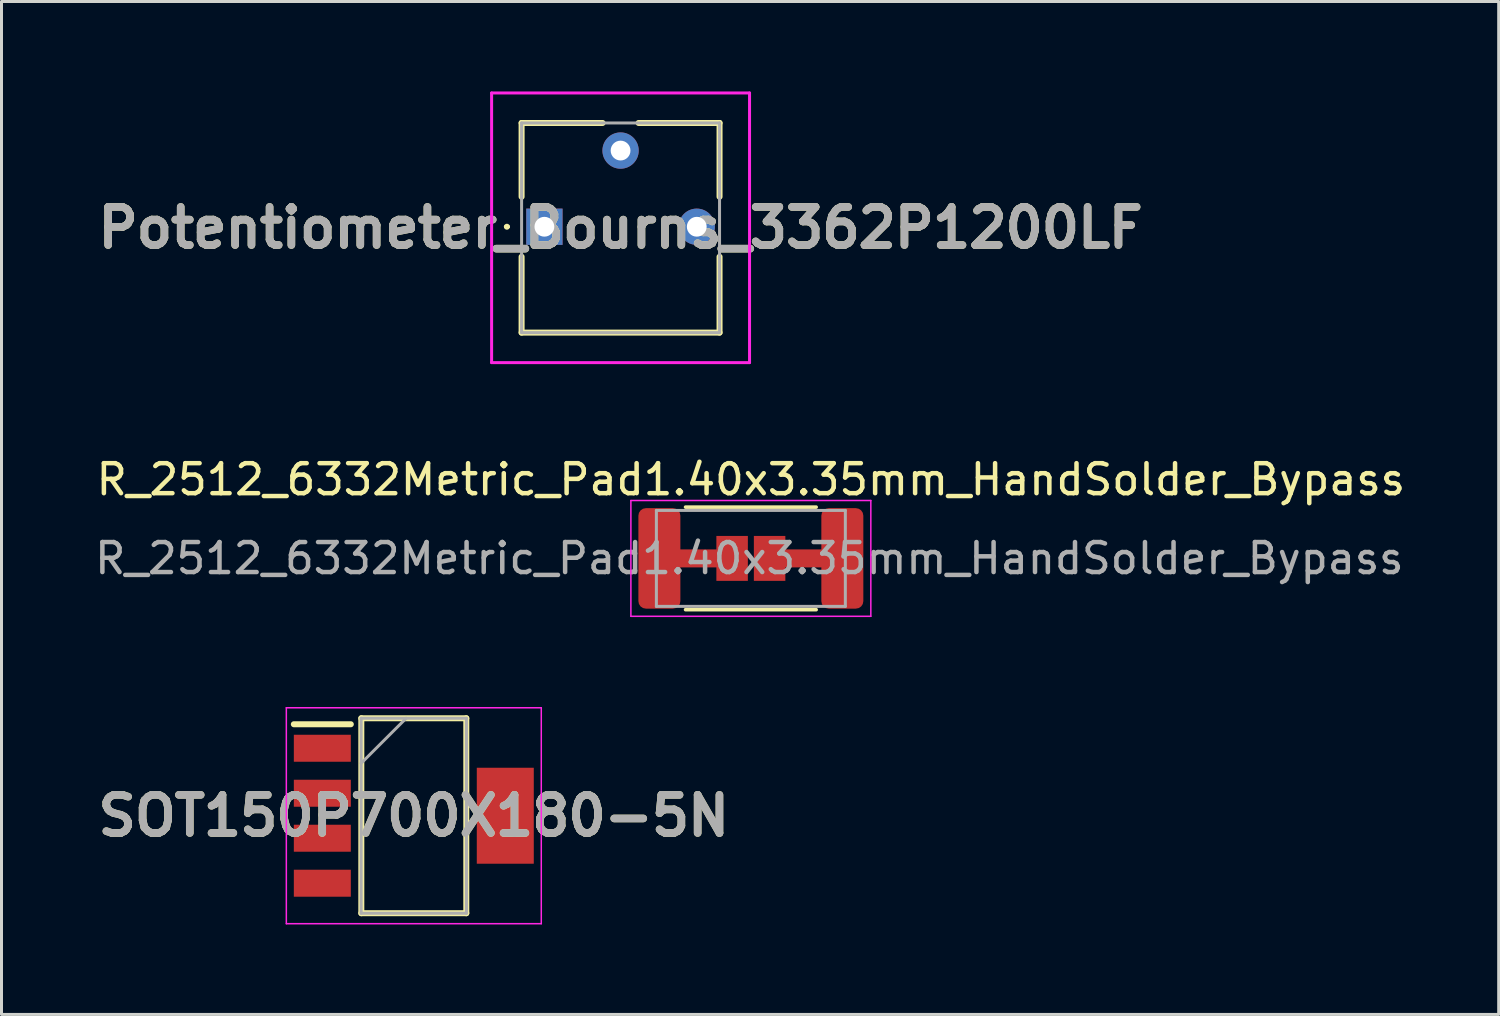
<source format=kicad_pcb>
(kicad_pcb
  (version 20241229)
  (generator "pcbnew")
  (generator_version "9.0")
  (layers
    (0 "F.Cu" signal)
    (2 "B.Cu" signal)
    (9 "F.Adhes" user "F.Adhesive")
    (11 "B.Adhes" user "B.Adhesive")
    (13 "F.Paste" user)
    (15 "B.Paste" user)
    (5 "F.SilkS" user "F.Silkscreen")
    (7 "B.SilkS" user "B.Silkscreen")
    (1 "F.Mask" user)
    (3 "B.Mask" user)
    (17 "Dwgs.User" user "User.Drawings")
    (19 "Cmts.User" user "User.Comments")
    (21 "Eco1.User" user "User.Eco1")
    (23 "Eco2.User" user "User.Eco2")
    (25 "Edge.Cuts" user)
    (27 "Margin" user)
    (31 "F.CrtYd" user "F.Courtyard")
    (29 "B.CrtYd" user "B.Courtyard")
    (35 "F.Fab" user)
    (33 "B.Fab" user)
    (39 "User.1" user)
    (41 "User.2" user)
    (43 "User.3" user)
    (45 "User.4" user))
  (footprint "Potentiometer_Bourns_3362P1200LF"
    (layer "F.Cu")
    (at 15.101 4.51)
    (property "Reference" "Potentiometer_Bourns_3362P1200LF" (at 2.54 0.035 0) (layer "F.SilkS") (effects (font (size 1.27 1.27) (thickness 0.254))))
    (attr through_hole)
    (fp_line (start -1.3 0) (end -1.3 0) (stroke (width 0.1) (type solid)) (layer "F.SilkS"))
    (fp_line (start -1.2 0) (end -1.2 0) (stroke (width 0.1) (type solid)) (layer "F.SilkS"))
    (fp_line (start -0.76 -3.46) (end 1.94 -3.46) (stroke (width 0.2) (type solid)) (layer "F.SilkS"))
    (fp_line (start -0.76 -1) (end -0.76 -3.46) (stroke (width 0.2) (type solid)) (layer "F.SilkS"))
    (fp_line (start -0.76 1) (end -0.76 3.53) (stroke (width 0.2) (type solid)) (layer "F.SilkS"))
    (fp_line (start -0.76 3.53) (end 5.84 3.53) (stroke (width 0.2) (type solid)) (layer "F.SilkS"))
    (fp_line (start 3.14 -3.46) (end 5.84 -3.46) (stroke (width 0.2) (type solid)) (layer "F.SilkS"))
    (fp_line (start 5.84 -3.46) (end 5.84 -1) (stroke (width 0.2) (type solid)) (layer "F.SilkS"))
    (fp_line (start 5.84 3.53) (end 5.84 1) (stroke (width 0.2) (type solid)) (layer "F.SilkS"))
    (fp_arc (start -1.3 0) (mid -1.25 -0.05) (end -1.2 0) (stroke (width 0.1) (type solid)) (layer "F.SilkS"))
    (fp_arc (start -1.2 0) (mid -1.25 0.05) (end -1.3 0) (stroke (width 0.1) (type solid)) (layer "F.SilkS"))
    (fp_line (start -1.76 -4.46) (end -1.76 4.53) (stroke (width 0.1) (type solid)) (layer "F.CrtYd"))
    (fp_line (start -1.76 4.53) (end 6.84 4.53) (stroke (width 0.1) (type solid)) (layer "F.CrtYd"))
    (fp_line (start 6.84 -4.46) (end -1.76 -4.46) (stroke (width 0.1) (type solid)) (layer "F.CrtYd"))
    (fp_line (start 6.84 4.53) (end 6.84 -4.46) (stroke (width 0.1) (type solid)) (layer "F.CrtYd"))
    (fp_line (start -0.76 -3.46) (end -0.76 3.53) (stroke (width 0.1) (type solid)) (layer "F.Fab"))
    (fp_line (start -0.76 3.53) (end 5.84 3.53) (stroke (width 0.1) (type solid)) (layer "F.Fab"))
    (fp_line (start 5.84 -3.46) (end -0.76 -3.46) (stroke (width 0.1) (type solid)) (layer "F.Fab"))
    (fp_line (start 5.84 3.53) (end 5.84 -3.46) (stroke (width 0.1) (type solid)) (layer "F.Fab"))
    (fp_text user "${REFERENCE}" (at 2.54 0.035 0) (layer "F.Fab") (effects (font (size 1.27 1.27) (thickness 0.254))))
    (pad "1" thru_hole rect (at 0 0) (size 1.21 1.21) (drill 0.66) (layers "*.Cu" "*.Mask"))
    (pad "2" thru_hole circle (at 2.54 -2.54) (size 1.21 1.21) (drill 0.66) (layers "*.Cu" "*.Mask"))
    (pad "3" thru_hole circle (at 5.08 0) (size 1.21 1.21) (drill 0.66) (layers "*.Cu" "*.Mask")))
  (footprint "R_2512_6332Metric_Pad1.40x3.35mm_HandSolder_Bypass"
    (layer "F.Cu")
    (at 21.985 15.568)
    (property "Reference" "R_2512_6332Metric_Pad1.40x3.35mm_HandSolder_Bypass" (at 0 -2.63 0) (layer "F.SilkS") (effects (font (size 1 1) (thickness 0.15))))
    (attr smd)
    (fp_rect (start -0.1 -0.75) (end 0.1 0.75) (stroke (width 0) (type default)) (fill yes) (layer "F.Mask"))
    (fp_line (start -2.177 -1.71) (end 2.177 -1.71) (stroke (width 0.12) (type solid)) (layer "F.SilkS"))
    (fp_line (start -2.177 1.71) (end 2.177 1.71) (stroke (width 0.12) (type solid)) (layer "F.SilkS"))
    (fp_line (start -4 -1.93) (end 4 -1.93) (stroke (width 0.05) (type solid)) (layer "F.CrtYd"))
    (fp_line (start -4 1.93) (end -4 -1.93) (stroke (width 0.05) (type solid)) (layer "F.CrtYd"))
    (fp_line (start 4 -1.93) (end 4 1.93) (stroke (width 0.05) (type solid)) (layer "F.CrtYd"))
    (fp_line (start 4 1.93) (end -4 1.93) (stroke (width 0.05) (type solid)) (layer "F.CrtYd"))
    (fp_line (start -3.15 -1.6) (end 3.15 -1.6) (stroke (width 0.1) (type solid)) (layer "F.Fab"))
    (fp_line (start -3.15 1.6) (end -3.15 -1.6) (stroke (width 0.1) (type solid)) (layer "F.Fab"))
    (fp_line (start 3.15 -1.6) (end 3.15 1.6) (stroke (width 0.1) (type solid)) (layer "F.Fab"))
    (fp_line (start 3.15 1.6) (end -3.15 1.6) (stroke (width 0.1) (type solid)) (layer "F.Fab"))
    (fp_text user "${REFERENCE}" (at -0.05 0 0) (layer "F.Fab") (effects (font (size 1 1) (thickness 0.15))))
    (pad "1" smd custom (at -3.05 0) (size 1.4 1.4) (layers "F.Cu" "F.Mask" "F.Paste") (options (anchor circle)) (primitives (gr_poly (pts (xy -0.7 -1.425) (xy -0.681 -1.521) (xy -0.627 -1.602) (xy -0.546 -1.656) (xy -0.45 -1.675) (xy 0.45 -1.675) (xy 0.546 -1.656) (xy 0.627 -1.602) (xy 0.681 -1.521) (xy 0.7 -1.425) (xy 0.7 1.425) (xy 0.681 1.521) (xy 0.627 1.602) (xy 0.546 1.656) (xy 0.45 1.675) (xy -0.45 1.675) (xy -0.546 1.656) (xy -0.627 1.602) (xy -0.681 1.521) (xy -0.7 1.425)) (width 0) (fill yes)) (gr_rect (start 0.65 -0.3) (end 2 0.3) (width 0) (fill yes)) (gr_rect (start 1.9 -0.75) (end 2.95 0.75) (width 0) (fill yes))))
    (pad "2" smd custom (at 3.05 0 180) (size 1.4 1.4) (layers "F.Cu" "F.Mask" "F.Paste") (options (anchor circle)) (primitives (gr_poly (pts (xy -0.7 -1.425) (xy -0.681 -1.521) (xy -0.627 -1.602) (xy -0.546 -1.656) (xy -0.45 -1.675) (xy 0.45 -1.675) (xy 0.546 -1.656) (xy 0.627 -1.602) (xy 0.681 -1.521) (xy 0.7 -1.425) (xy 0.7 1.425) (xy 0.681 1.521) (xy 0.627 1.602) (xy 0.546 1.656) (xy 0.45 1.675) (xy -0.45 1.675) (xy -0.546 1.656) (xy -0.627 1.602) (xy -0.681 1.521) (xy -0.7 1.425)) (width 0) (fill yes)) (gr_rect (start 0.65 -0.3) (end 2 0.3) (width 0) (fill yes)) (gr_rect (start 1.9 -0.75) (end 2.95 0.75) (width 0) (fill yes)))))
  (footprint "SOT150P700X180-5N"
    (layer "F.Cu")
    (at 10.747 24.148)
    (property "Reference" "SOT150P700X180-5N" (at 0 0 0) (layer "F.SilkS") (effects (font (size 1.27 1.27) (thickness 0.254))))
    (attr smd)
    (fp_line (start -4 -3.05) (end -2.1 -3.05) (stroke (width 0.2) (type solid)) (layer "F.SilkS"))
    (fp_line (start -1.75 -3.25) (end 1.75 -3.25) (stroke (width 0.2) (type solid)) (layer "F.SilkS"))
    (fp_line (start -1.75 3.25) (end -1.75 -3.25) (stroke (width 0.2) (type solid)) (layer "F.SilkS"))
    (fp_line (start 1.75 -3.25) (end 1.75 3.25) (stroke (width 0.2) (type solid)) (layer "F.SilkS"))
    (fp_line (start 1.75 3.25) (end -1.75 3.25) (stroke (width 0.2) (type solid)) (layer "F.SilkS"))
    (fp_line (start -4.25 -3.6) (end 4.25 -3.6) (stroke (width 0.05) (type solid)) (layer "F.CrtYd"))
    (fp_line (start -4.25 3.6) (end -4.25 -3.6) (stroke (width 0.05) (type solid)) (layer "F.CrtYd"))
    (fp_line (start 4.25 -3.6) (end 4.25 3.6) (stroke (width 0.05) (type solid)) (layer "F.CrtYd"))
    (fp_line (start 4.25 3.6) (end -4.25 3.6) (stroke (width 0.05) (type solid)) (layer "F.CrtYd"))
    (fp_line (start -1.755 -3.25) (end 1.755 -3.25) (stroke (width 0.1) (type solid)) (layer "F.Fab"))
    (fp_line (start -1.755 -1.75) (end -0.255 -3.25) (stroke (width 0.1) (type solid)) (layer "F.Fab"))
    (fp_line (start -1.755 3.25) (end -1.755 -3.25) (stroke (width 0.1) (type solid)) (layer "F.Fab"))
    (fp_line (start 1.755 -3.25) (end 1.755 3.25) (stroke (width 0.1) (type solid)) (layer "F.Fab"))
    (fp_line (start 1.755 3.25) (end -1.755 3.25) (stroke (width 0.1) (type solid)) (layer "F.Fab"))
    (fp_text user "${REFERENCE}" (at 0 0 0) (layer "F.Fab") (effects (font (size 1.27 1.27) (thickness 0.254))))
    (pad "1" smd rect (at -3.05 -2.25 90) (size 0.9 1.9) (layers "F.Cu" "F.Mask" "F.Paste"))
    (pad "2" smd rect (at -3.05 -0.75 90) (size 0.9 1.9) (layers "F.Cu" "F.Mask" "F.Paste"))
    (pad "3" smd rect (at -3.05 0.75 90) (size 0.9 1.9) (layers "F.Cu" "F.Mask" "F.Paste"))
    (pad "4" smd rect (at -3.05 2.25 90) (size 0.9 1.9) (layers "F.Cu" "F.Mask" "F.Paste"))
    (pad "5" smd rect (at 3.05 0) (size 1.9 3.2) (layers "F.Cu" "F.Mask" "F.Paste")))
  (gr_rect
    (start -3 -3)
    (end 46.919 30.773)
    (stroke (width 0.1) (type default))
    (fill no)
    (layer "Edge.Cuts")))
</source>
